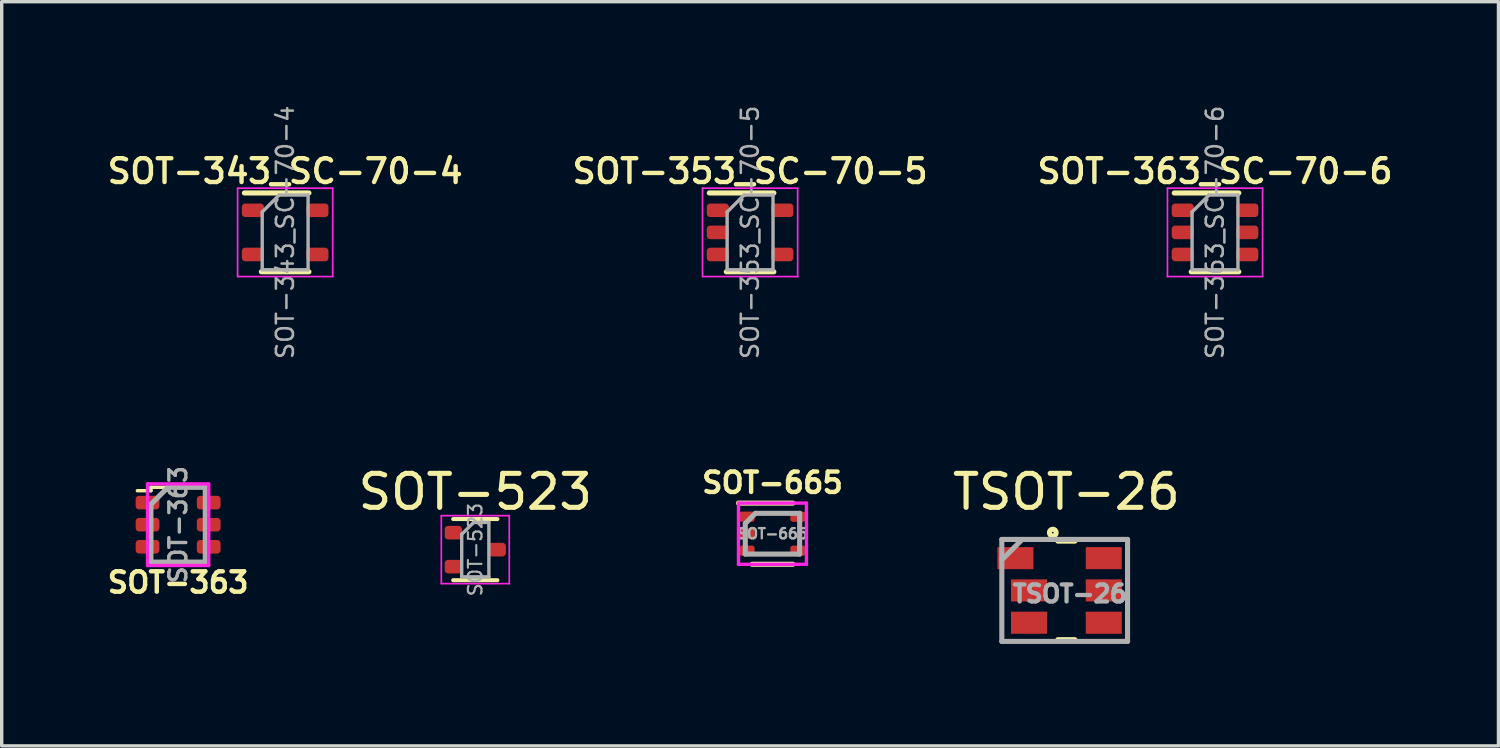
<source format=kicad_pcb>
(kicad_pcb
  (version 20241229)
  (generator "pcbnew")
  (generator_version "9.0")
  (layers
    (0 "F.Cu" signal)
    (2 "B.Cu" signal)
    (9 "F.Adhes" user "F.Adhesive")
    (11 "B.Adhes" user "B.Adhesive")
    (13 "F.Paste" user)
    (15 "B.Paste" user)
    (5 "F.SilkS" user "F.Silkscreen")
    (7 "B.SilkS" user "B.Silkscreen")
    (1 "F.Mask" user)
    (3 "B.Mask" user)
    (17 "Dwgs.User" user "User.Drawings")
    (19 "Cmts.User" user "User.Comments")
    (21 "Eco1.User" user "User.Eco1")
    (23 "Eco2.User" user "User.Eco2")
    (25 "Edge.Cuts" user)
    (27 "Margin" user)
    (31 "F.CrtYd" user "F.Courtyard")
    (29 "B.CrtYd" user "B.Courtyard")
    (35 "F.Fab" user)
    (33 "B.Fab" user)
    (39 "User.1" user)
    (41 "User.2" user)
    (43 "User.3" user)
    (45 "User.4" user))
  (footprint "SOT-665"
    (layer "F.Cu")
    (at 19.684 12.657)
    (property "Reference" "SOT-665" (at 0 -1.5 0) (layer "F.SilkS") (effects (font (size 0.6 0.6) (thickness 0.13))))
    (property "Value" "${VALUE}" (at 1.2 0 90) (layer "F.Fab") (hide yes) (effects (font (size 0.3 0.3) (thickness 0.07))))
    (attr smd)
    (fp_line (start -1 -0.9) (end 0.6 -0.9) (stroke (width 0.15) (type solid)) (layer "F.SilkS"))
    (fp_line (start 0.6 0.9) (end -0.6 0.9) (stroke (width 0.15) (type solid)) (layer "F.SilkS"))
    (fp_line (start -1 -0.9) (end -1 0.9) (stroke (width 0.1) (type solid)) (layer "F.CrtYd"))
    (fp_line (start -1 0.9) (end 1 0.9) (stroke (width 0.1) (type solid)) (layer "F.CrtYd"))
    (fp_line (start 1 -0.9) (end -1 -0.9) (stroke (width 0.1) (type solid)) (layer "F.CrtYd"))
    (fp_line (start 1 0.9) (end 1 -0.9) (stroke (width 0.1) (type solid)) (layer "F.CrtYd"))
    (fp_line (start -0.8 -0.3) (end -0.8 0.6) (stroke (width 0.15) (type solid)) (layer "F.Fab"))
    (fp_line (start -0.8 -0.3) (end -0.5 -0.6) (stroke (width 0.15) (type solid)) (layer "F.Fab"))
    (fp_line (start -0.8 0.6) (end 0.8 0.6) (stroke (width 0.15) (type solid)) (layer "F.Fab"))
    (fp_line (start 0.8 -0.6) (end -0.5 -0.6) (stroke (width 0.15) (type solid)) (layer "F.Fab"))
    (fp_line (start 0.8 0.6) (end 0.8 -0.6) (stroke (width 0.15) (type solid)) (layer "F.Fab"))
    (fp_text user "${REFERENCE}" (at 0 0 0) (layer "F.Fab") (effects (font (size 0.3 0.3) (thickness 0.07))))
    (pad "1" smd roundrect (at -0.75 -0.5) (size 0.45 0.3) (layers "F.Cu" "F.Mask" "F.Paste") (roundrect_rratio 0.25))
    (pad "2" smd roundrect (at -0.75 0) (size 0.45 0.3) (layers "F.Cu" "F.Mask" "F.Paste") (roundrect_rratio 0.25))
    (pad "3" smd roundrect (at -0.75 0.5) (size 0.45 0.3) (layers "F.Cu" "F.Mask" "F.Paste") (roundrect_rratio 0.25))
    (pad "4" smd roundrect (at 0.75 0.5) (size 0.45 0.3) (layers "F.Cu" "F.Mask" "F.Paste") (roundrect_rratio 0.25))
    (pad "5" smd roundrect (at 0.75 -0.5) (size 0.45 0.3) (layers "F.Cu" "F.Mask" "F.Paste") (roundrect_rratio 0.25)))
  (footprint "SOT-523"
    (layer "F.Cu")
    (at 10.938 13.126)
    (property "Reference" "SOT-523" (at 0 -1.7 0) (layer "F.SilkS") (effects (font (size 1 1) (thickness 0.15))))
    (attr smd)
    (fp_line (start 0.65 -0.9) (end -0.65 -0.9) (stroke (width 0.12) (type solid)) (layer "F.SilkS"))
    (fp_line (start 0.65 0.9) (end -0.65 0.9) (stroke (width 0.12) (type solid)) (layer "F.SilkS"))
    (fp_line (start -1 -1) (end -1 1) (stroke (width 0.05) (type solid)) (layer "F.CrtYd"))
    (fp_line (start -1 -1) (end 1 -1) (stroke (width 0.05) (type solid)) (layer "F.CrtYd"))
    (fp_line (start 1 1) (end -1 1) (stroke (width 0.05) (type solid)) (layer "F.CrtYd"))
    (fp_line (start 1 1) (end 1 -1) (stroke (width 0.05) (type solid)) (layer "F.CrtYd"))
    (fp_line (start -0.4 -0.45) (end -0.4 0.8) (stroke (width 0.1) (type solid)) (layer "F.Fab"))
    (fp_line (start -0.4 -0.45) (end -0.05 -0.8) (stroke (width 0.1) (type solid)) (layer "F.Fab"))
    (fp_line (start -0.4 0.8) (end 0.4 0.8) (stroke (width 0.1) (type solid)) (layer "F.Fab"))
    (fp_line (start 0.4 -0.8) (end -0.05 -0.8) (stroke (width 0.1) (type solid)) (layer "F.Fab"))
    (fp_line (start 0.4 0.8) (end 0.4 -0.8) (stroke (width 0.1) (type solid)) (layer "F.Fab"))
    (fp_text user "${REFERENCE}" (at 0 0 270) (layer "F.Fab") (effects (font (size 0.4 0.4) (thickness 0.062))))
    (pad "1" smd roundrect (at -0.645 -0.5 180) (size 0.51 0.4) (layers "F.Cu" "F.Mask" "F.Paste") (roundrect_rratio 0.25))
    (pad "2" smd roundrect (at -0.645 0.5 180) (size 0.51 0.4) (layers "F.Cu" "F.Mask" "F.Paste") (roundrect_rratio 0.25))
    (pad "3" smd roundrect (at 0.645 0 180) (size 0.51 0.4) (layers "F.Cu" "F.Mask" "F.Paste") (roundrect_rratio 0.25)))
  (footprint "SOT-353_SC-70-5"
    (layer "F.Cu")
    (at 19.025 3.789)
    (property "Reference" "SOT-353_SC-70-5" (at 0 -1.8 0) (layer "F.SilkS") (effects (font (size 0.7 0.7) (thickness 0.13))))
    (property "Value" "${VALUE}" (at 0 1.6 180) (layer "F.Fab") (hide yes) (effects (font (size 0.4 0.4) (thickness 0.05))))
    (attr smd)
    (fp_line (start -0.7 1.16) (end 0.7 1.16) (stroke (width 0.15) (type solid)) (layer "F.SilkS"))
    (fp_line (start 0.7 -1.16) (end -1.2 -1.16) (stroke (width 0.15) (type solid)) (layer "F.SilkS"))
    (fp_line (start -1.4 -1.3) (end -1.4 1.3) (stroke (width 0.05) (type solid)) (layer "F.CrtYd"))
    (fp_line (start -1.4 -1.3) (end 1.4 -1.3) (stroke (width 0.05) (type solid)) (layer "F.CrtYd"))
    (fp_line (start -1.4 1.3) (end 1.4 1.3) (stroke (width 0.05) (type solid)) (layer "F.CrtYd"))
    (fp_line (start 1.4 1.3) (end 1.4 -1.3) (stroke (width 0.05) (type solid)) (layer "F.CrtYd"))
    (fp_line (start -0.675 -0.6) (end -0.675 1.1) (stroke (width 0.1) (type solid)) (layer "F.Fab"))
    (fp_line (start -0.175 -1.1) (end -0.675 -0.6) (stroke (width 0.1) (type solid)) (layer "F.Fab"))
    (fp_line (start 0.675 -1.1) (end -0.175 -1.1) (stroke (width 0.1) (type solid)) (layer "F.Fab"))
    (fp_line (start 0.675 -1.1) (end 0.675 1.1) (stroke (width 0.1) (type solid)) (layer "F.Fab"))
    (fp_line (start 0.675 1.1) (end -0.675 1.1) (stroke (width 0.1) (type solid)) (layer "F.Fab"))
    (fp_text user "${REFERENCE}" (at 0 0 90) (layer "F.Fab") (effects (font (size 0.5 0.5) (thickness 0.075))))
    (pad "1" smd roundrect (at -0.95 -0.65) (size 0.65 0.4) (layers "F.Cu" "F.Mask" "F.Paste") (roundrect_rratio 0.25))
    (pad "2" smd roundrect (at -0.95 0) (size 0.65 0.4) (layers "F.Cu" "F.Mask" "F.Paste") (roundrect_rratio 0.25))
    (pad "3" smd roundrect (at -0.95 0.65) (size 0.65 0.4) (layers "F.Cu" "F.Mask" "F.Paste") (roundrect_rratio 0.25))
    (pad "4" smd roundrect (at 0.95 0.65) (size 0.65 0.4) (layers "F.Cu" "F.Mask" "F.Paste") (roundrect_rratio 0.25))
    (pad "5" smd roundrect (at 0.95 -0.65) (size 0.65 0.4) (layers "F.Cu" "F.Mask" "F.Paste") (roundrect_rratio 0.25)))
  (footprint "SOT-363_SC-70-6"
    (layer "F.Cu")
    (at 32.708 3.789)
    (property "Reference" "SOT-363_SC-70-6" (at 0 -1.8 0) (layer "F.SilkS") (effects (font (size 0.7 0.7) (thickness 0.13))))
    (property "Value" "${VALUE}" (at 0 1.6 180) (layer "F.Fab") (hide yes) (effects (font (size 0.4 0.4) (thickness 0.05))))
    (attr smd)
    (fp_line (start -0.7 1.16) (end 0.7 1.16) (stroke (width 0.15) (type solid)) (layer "F.SilkS"))
    (fp_line (start 0.7 -1.16) (end -1.2 -1.16) (stroke (width 0.15) (type solid)) (layer "F.SilkS"))
    (fp_line (start -1.4 -1.3) (end -1.4 1.3) (stroke (width 0.05) (type solid)) (layer "F.CrtYd"))
    (fp_line (start -1.4 -1.3) (end 1.4 -1.3) (stroke (width 0.05) (type solid)) (layer "F.CrtYd"))
    (fp_line (start -1.4 1.3) (end 1.4 1.3) (stroke (width 0.05) (type solid)) (layer "F.CrtYd"))
    (fp_line (start 1.4 1.3) (end 1.4 -1.3) (stroke (width 0.05) (type solid)) (layer "F.CrtYd"))
    (fp_line (start -0.675 -0.6) (end -0.675 1.1) (stroke (width 0.1) (type solid)) (layer "F.Fab"))
    (fp_line (start -0.175 -1.1) (end -0.675 -0.6) (stroke (width 0.1) (type solid)) (layer "F.Fab"))
    (fp_line (start 0.675 -1.1) (end -0.175 -1.1) (stroke (width 0.1) (type solid)) (layer "F.Fab"))
    (fp_line (start 0.675 -1.1) (end 0.675 1.1) (stroke (width 0.1) (type solid)) (layer "F.Fab"))
    (fp_line (start 0.675 1.1) (end -0.675 1.1) (stroke (width 0.1) (type solid)) (layer "F.Fab"))
    (fp_text user "${REFERENCE}" (at 0 0 90) (layer "F.Fab") (effects (font (size 0.5 0.5) (thickness 0.075))))
    (pad "1" smd roundrect (at -0.95 -0.65) (size 0.65 0.4) (layers "F.Cu" "F.Mask" "F.Paste") (roundrect_rratio 0.25))
    (pad "2" smd roundrect (at -0.95 0) (size 0.65 0.4) (layers "F.Cu" "F.Mask" "F.Paste") (roundrect_rratio 0.25))
    (pad "3" smd roundrect (at -0.95 0.65) (size 0.65 0.4) (layers "F.Cu" "F.Mask" "F.Paste") (roundrect_rratio 0.25))
    (pad "4" smd roundrect (at 0.95 0.65) (size 0.65 0.4) (layers "F.Cu" "F.Mask" "F.Paste") (roundrect_rratio 0.25))
    (pad "5" smd roundrect (at 0.95 0) (size 0.65 0.4) (layers "F.Cu" "F.Mask" "F.Paste") (roundrect_rratio 0.25))
    (pad "6" smd roundrect (at 0.95 -0.65) (size 0.65 0.4) (layers "F.Cu" "F.Mask" "F.Paste") (roundrect_rratio 0.25)))
  (footprint "SOT-363"
    (layer "F.Cu")
    (at 2.192 12.392)
    (property "Reference" "SOT-363" (at 0 1.7 0) (layer "F.SilkS") (effects (font (size 0.6 0.6) (thickness 0.13))))
    (property "Value" "${VALUE}" (at 1.2 0 90) (layer "F.Fab") (hide yes) (effects (font (size 0.3 0.3) (thickness 0.06))))
    (attr through_hole)
    (fp_line (start -0.8 -1.1) (end -0.8 -1) (stroke (width 0.1) (type solid)) (layer "F.SilkS"))
    (fp_line (start -0.8 -1) (end -1.2 -1) (stroke (width 0.1) (type solid)) (layer "F.SilkS"))
    (fp_line (start -0.7 1.1) (end 0.7 1.1) (stroke (width 0.1) (type solid)) (layer "F.SilkS"))
    (fp_line (start 0.7 -1.1) (end -0.8 -1.1) (stroke (width 0.1) (type solid)) (layer "F.SilkS"))
    (fp_line (start -0.9 -1.2) (end -0.9 1.2) (stroke (width 0.1) (type solid)) (layer "F.CrtYd"))
    (fp_line (start -0.9 1.2) (end 0.9 1.2) (stroke (width 0.1) (type solid)) (layer "F.CrtYd"))
    (fp_line (start 0.9 -1.2) (end -0.9 -1.2) (stroke (width 0.1) (type solid)) (layer "F.CrtYd"))
    (fp_line (start 0.9 1.2) (end 0.9 -1.2) (stroke (width 0.1) (type solid)) (layer "F.CrtYd"))
    (fp_line (start -0.8 -0.6) (end -0.8 1.1) (stroke (width 0.15) (type solid)) (layer "F.Fab"))
    (fp_line (start -0.8 1.1) (end 0.8 1.1) (stroke (width 0.15) (type solid)) (layer "F.Fab"))
    (fp_line (start -0.3 -1.1) (end -0.8 -0.6) (stroke (width 0.15) (type solid)) (layer "F.Fab"))
    (fp_line (start 0.8 -1.1) (end -0.3 -1.1) (stroke (width 0.15) (type solid)) (layer "F.Fab"))
    (fp_line (start 0.8 1.1) (end 0.8 -1.1) (stroke (width 0.15) (type solid)) (layer "F.Fab"))
    (fp_text user "${REFERENCE}" (at 0 0 90) (layer "F.Fab") (effects (font (size 0.5 0.5) (thickness 0.1))))
    (pad "1" smd roundrect (at -0.9 -0.65 270) (size 0.4 0.7) (layers "F.Cu" "F.Mask" "F.Paste") (roundrect_rratio 0.25))
    (pad "2" smd roundrect (at -0.9 0 270) (size 0.4 0.7) (layers "F.Cu" "F.Mask" "F.Paste") (roundrect_rratio 0.25))
    (pad "3" smd roundrect (at -0.9 0.65 270) (size 0.4 0.7) (layers "F.Cu" "F.Mask" "F.Paste") (roundrect_rratio 0.25))
    (pad "4" smd roundrect (at 0.9 0.65 270) (size 0.4 0.7) (layers "F.Cu" "F.Mask" "F.Paste") (roundrect_rratio 0.25))
    (pad "5" smd roundrect (at 0.9 0 270) (size 0.4 0.7) (layers "F.Cu" "F.Mask" "F.Paste") (roundrect_rratio 0.25))
    (pad "6" smd roundrect (at 0.9 -0.65 270) (size 0.4 0.7) (layers "F.Cu" "F.Mask" "F.Paste") (roundrect_rratio 0.25)))
  (footprint "SOT-343_SC-70-4"
    (layer "F.Cu")
    (at 5.342 3.789)
    (property "Reference" "SOT-343_SC-70-4" (at 0 -1.8 0) (layer "F.SilkS") (effects (font (size 0.7 0.7) (thickness 0.13))))
    (property "Value" "${VALUE}" (at 0 1.6 180) (layer "F.Fab") (hide yes) (effects (font (size 0.4 0.4) (thickness 0.05))))
    (attr smd)
    (fp_line (start -0.7 1.16) (end 0.7 1.16) (stroke (width 0.15) (type solid)) (layer "F.SilkS"))
    (fp_line (start 0.7 -1.16) (end -1.2 -1.16) (stroke (width 0.15) (type solid)) (layer "F.SilkS"))
    (fp_line (start -1.4 -1.3) (end -1.4 1.3) (stroke (width 0.05) (type solid)) (layer "F.CrtYd"))
    (fp_line (start -1.4 -1.3) (end 1.4 -1.3) (stroke (width 0.05) (type solid)) (layer "F.CrtYd"))
    (fp_line (start -1.4 1.3) (end 1.4 1.3) (stroke (width 0.05) (type solid)) (layer "F.CrtYd"))
    (fp_line (start 1.4 1.3) (end 1.4 -1.3) (stroke (width 0.05) (type solid)) (layer "F.CrtYd"))
    (fp_line (start -0.675 -0.6) (end -0.675 1.1) (stroke (width 0.1) (type solid)) (layer "F.Fab"))
    (fp_line (start -0.175 -1.1) (end -0.675 -0.6) (stroke (width 0.1) (type solid)) (layer "F.Fab"))
    (fp_line (start 0.675 -1.1) (end -0.175 -1.1) (stroke (width 0.1) (type solid)) (layer "F.Fab"))
    (fp_line (start 0.675 -1.1) (end 0.675 1.1) (stroke (width 0.1) (type solid)) (layer "F.Fab"))
    (fp_line (start 0.675 1.1) (end -0.675 1.1) (stroke (width 0.1) (type solid)) (layer "F.Fab"))
    (fp_text user "${REFERENCE}" (at 0 0 90) (layer "F.Fab") (effects (font (size 0.5 0.5) (thickness 0.075))))
    (pad "1" smd roundrect (at -0.95 -0.65) (size 0.65 0.4) (layers "F.Cu" "F.Mask" "F.Paste") (roundrect_rratio 0.25))
    (pad "2" smd roundrect (at -0.95 0.65) (size 0.65 0.4) (layers "F.Cu" "F.Mask" "F.Paste") (roundrect_rratio 0.25))
    (pad "3" smd roundrect (at 0.95 0.65) (size 0.65 0.4) (layers "F.Cu" "F.Mask" "F.Paste") (roundrect_rratio 0.25))
    (pad "4" smd roundrect (at 0.95 -0.65) (size 0.65 0.4) (layers "F.Cu" "F.Mask" "F.Paste") (roundrect_rratio 0.25)))
  (footprint "TSOT-26"
    (layer "F.Cu")
    (at 28.334 14.326)
    (property "Reference" "TSOT-26" (at 0 -2.9 0) (layer "F.SilkS") (effects (font (size 1 1) (thickness 0.15))))
    (attr smd)
    (fp_line (start -0.25 1.45) (end 0.25 1.45) (stroke (width 0.15) (type solid)) (layer "F.SilkS"))
    (fp_line (start 0.25 -1.45) (end -0.25 -1.45) (stroke (width 0.15) (type solid)) (layer "F.SilkS"))
    (fp_circle (center -0.4 -1.7) (end -0.3 -1.7) (stroke (width 0.15) (type solid)) (fill no) (layer "F.SilkS"))
    (fp_line (start -1.9 -1.5) (end -1.9 1.5) (stroke (width 0.15) (type solid)) (layer "F.Fab"))
    (fp_line (start -1.9 -0.9) (end -1.3 -1.5) (stroke (width 0.15) (type solid)) (layer "F.Fab"))
    (fp_line (start -1.9 1.5) (end 1.8 1.5) (stroke (width 0.15) (type solid)) (layer "F.Fab"))
    (fp_line (start 1.8 -1.5) (end -1.9 -1.5) (stroke (width 0.15) (type solid)) (layer "F.Fab"))
    (fp_line (start 1.8 1.5) (end 1.8 -1.5) (stroke (width 0.15) (type solid)) (layer "F.Fab"))
    (fp_text user "${REFERENCE}" (at 0.1 0.1 0) (layer "F.Fab") (effects (font (size 0.5 0.5) (thickness 0.125))))
    (pad "1" smd rect (at -1.5 -0.95) (size 1.06 0.65) (layers "F.Cu" "F.Mask" "F.Paste"))
    (pad "2" smd rect (at -1.1 0) (size 1.06 0.65) (layers "F.Cu" "F.Mask" "F.Paste"))
    (pad "3" smd rect (at -1.1 0.95) (size 1.06 0.65) (layers "F.Cu" "F.Mask" "F.Paste"))
    (pad "4" smd rect (at 1.1 0.95) (size 1.06 0.65) (layers "F.Cu" "F.Mask" "F.Paste"))
    (pad "5" smd rect (at 1.1 0) (size 1.06 0.65) (layers "F.Cu" "F.Mask" "F.Paste"))
    (pad "6" smd rect (at 1.1 -0.95) (size 1.06 0.65) (layers "F.Cu" "F.Mask" "F.Paste")))
  (gr_rect
    (start -3 -3)
    (end 41.05 18.901)
    (stroke (width 0.1) (type default))
    (fill no)
    (layer "Edge.Cuts")))
</source>
